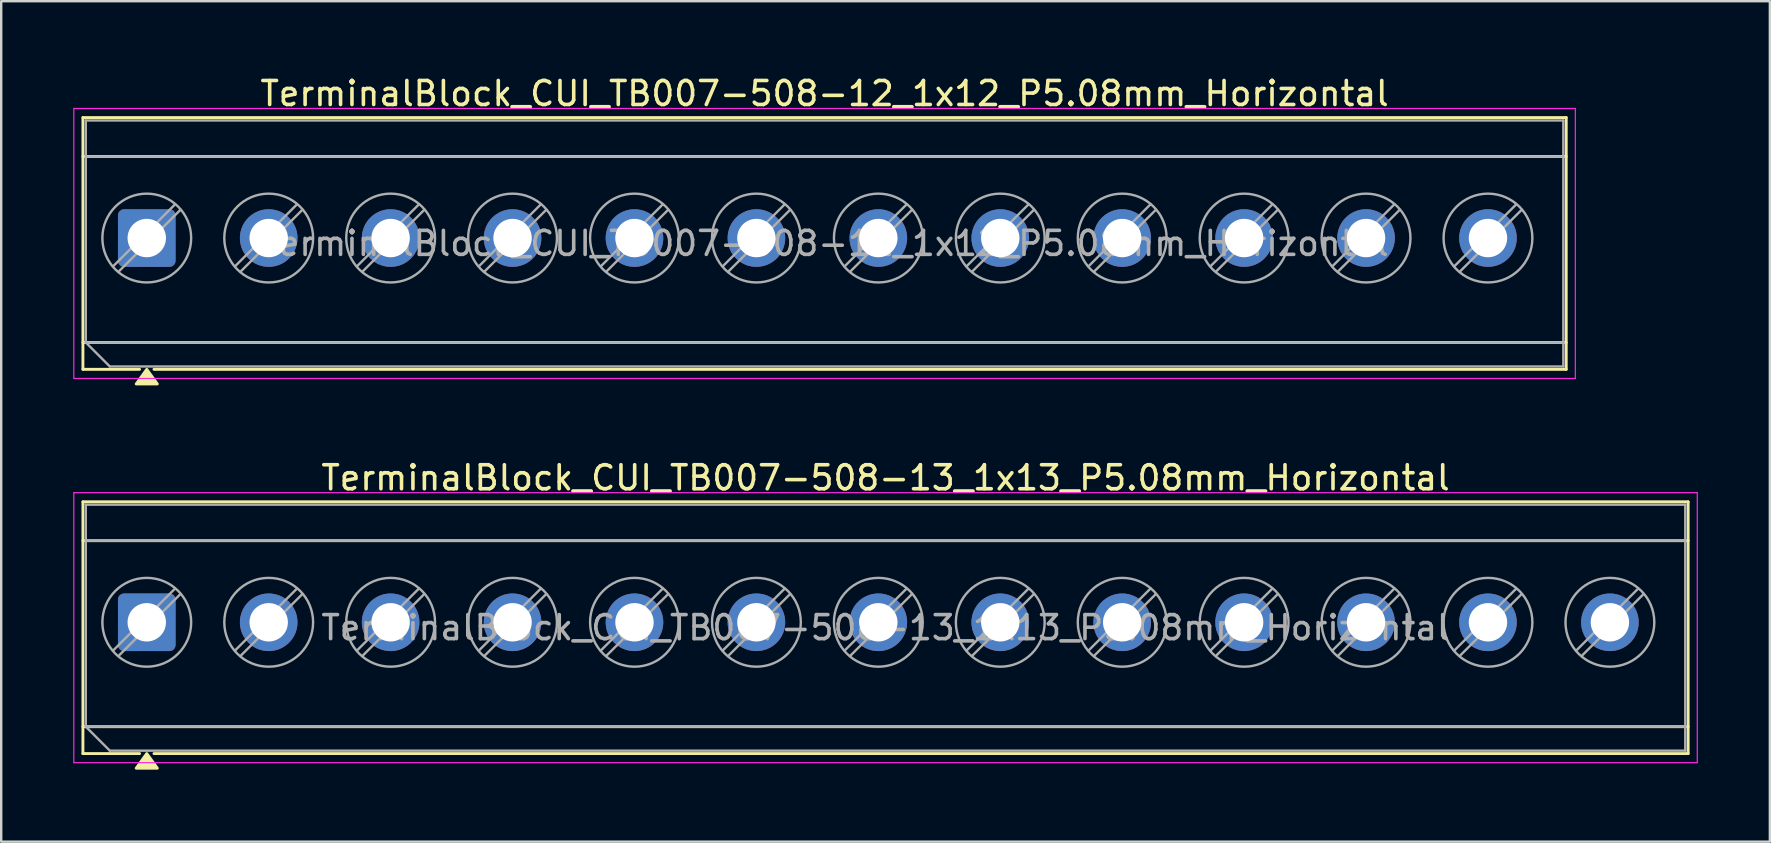
<source format=kicad_pcb>
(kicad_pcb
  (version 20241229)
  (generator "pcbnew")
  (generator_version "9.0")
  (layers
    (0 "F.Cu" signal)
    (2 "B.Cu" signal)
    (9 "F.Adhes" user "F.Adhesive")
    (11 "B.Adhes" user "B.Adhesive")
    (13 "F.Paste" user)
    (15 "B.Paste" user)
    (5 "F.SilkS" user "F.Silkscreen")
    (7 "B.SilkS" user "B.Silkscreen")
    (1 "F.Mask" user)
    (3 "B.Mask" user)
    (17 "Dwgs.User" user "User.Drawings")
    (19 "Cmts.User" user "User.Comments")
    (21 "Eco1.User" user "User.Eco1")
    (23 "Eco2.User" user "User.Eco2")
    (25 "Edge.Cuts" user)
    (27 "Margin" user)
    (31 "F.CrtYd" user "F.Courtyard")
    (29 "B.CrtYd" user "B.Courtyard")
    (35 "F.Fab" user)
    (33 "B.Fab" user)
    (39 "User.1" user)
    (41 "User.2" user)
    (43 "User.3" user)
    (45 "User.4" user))
  (footprint "TerminalBlock_CUI_TB007-508-12_1x12_P5.08mm_Horizontal"
    (layer "F.Cu")
    (at 3.065 6.868)
    (property "Reference" "TerminalBlock_CUI_TB007-508-12_1x12_P5.08mm_Horizontal" (at 28.24 -6.02 0) (layer "F.SilkS") (effects (font (size 1 1) (thickness 0.15))))
    (attr through_hole)
    (fp_line (start -2.66 -5.02) (end 59.14 -5.02) (stroke (width 0.12) (type solid)) (layer "F.SilkS"))
    (fp_line (start -2.66 -3.4) (end 59.14 -3.4) (stroke (width 0.12) (type solid)) (layer "F.SilkS"))
    (fp_line (start -2.66 4.35) (end 59.14 4.35) (stroke (width 0.12) (type solid)) (layer "F.SilkS"))
    (fp_line (start -2.66 5.47) (end -2.66 -5.02) (stroke (width 0.12) (type solid)) (layer "F.SilkS"))
    (fp_line (start -0.3 5.47) (end -2.66 5.47) (stroke (width 0.12) (type solid)) (layer "F.SilkS"))
    (fp_line (start 59.14 -5.02) (end 59.14 5.47) (stroke (width 0.12) (type solid)) (layer "F.SilkS"))
    (fp_line (start 59.14 5.47) (end 0.3 5.47) (stroke (width 0.12) (type solid)) (layer "F.SilkS"))
    (fp_poly (pts (xy 0 5.47) (xy 0.44 6.08) (xy -0.44 6.08)) (stroke (width 0.12) (type solid)) (fill yes) (layer "F.SilkS"))
    (fp_line (start -3.04 -5.4) (end -3.04 5.85) (stroke (width 0.05) (type solid)) (layer "F.CrtYd"))
    (fp_line (start -3.04 5.85) (end 59.52 5.85) (stroke (width 0.05) (type solid)) (layer "F.CrtYd"))
    (fp_line (start 59.52 -5.4) (end -3.04 -5.4) (stroke (width 0.05) (type solid)) (layer "F.CrtYd"))
    (fp_line (start 59.52 5.85) (end 59.52 -5.4) (stroke (width 0.05) (type solid)) (layer "F.CrtYd"))
    (fp_line (start -2.54 -4.9) (end 59.02 -4.9) (stroke (width 0.1) (type solid)) (layer "F.Fab"))
    (fp_line (start -2.54 -3.4) (end 59.02 -3.4) (stroke (width 0.1) (type solid)) (layer "F.Fab"))
    (fp_line (start -2.54 4.35) (end -2.54 -4.9) (stroke (width 0.1) (type solid)) (layer "F.Fab"))
    (fp_line (start -2.54 4.35) (end 59.02 4.35) (stroke (width 0.1) (type solid)) (layer "F.Fab"))
    (fp_line (start -1.54 5.35) (end -2.54 4.35) (stroke (width 0.1) (type solid)) (layer "F.Fab"))
    (fp_line (start 1.177 -1.403) (end -1.403 1.177) (stroke (width 0.1) (type solid)) (layer "F.Fab"))
    (fp_line (start 1.403 -1.177) (end -1.177 1.403) (stroke (width 0.1) (type solid)) (layer "F.Fab"))
    (fp_line (start 6.257 -1.403) (end 3.677 1.177) (stroke (width 0.1) (type solid)) (layer "F.Fab"))
    (fp_line (start 6.483 -1.177) (end 3.903 1.403) (stroke (width 0.1) (type solid)) (layer "F.Fab"))
    (fp_line (start 11.337 -1.403) (end 8.757 1.177) (stroke (width 0.1) (type solid)) (layer "F.Fab"))
    (fp_line (start 11.563 -1.177) (end 8.983 1.403) (stroke (width 0.1) (type solid)) (layer "F.Fab"))
    (fp_line (start 16.417 -1.403) (end 13.837 1.177) (stroke (width 0.1) (type solid)) (layer "F.Fab"))
    (fp_line (start 16.643 -1.177) (end 14.063 1.403) (stroke (width 0.1) (type solid)) (layer "F.Fab"))
    (fp_line (start 21.497 -1.403) (end 18.917 1.177) (stroke (width 0.1) (type solid)) (layer "F.Fab"))
    (fp_line (start 21.723 -1.177) (end 19.143 1.403) (stroke (width 0.1) (type solid)) (layer "F.Fab"))
    (fp_line (start 26.577 -1.403) (end 23.997 1.177) (stroke (width 0.1) (type solid)) (layer "F.Fab"))
    (fp_line (start 26.803 -1.177) (end 24.223 1.403) (stroke (width 0.1) (type solid)) (layer "F.Fab"))
    (fp_line (start 31.657 -1.403) (end 29.077 1.177) (stroke (width 0.1) (type solid)) (layer "F.Fab"))
    (fp_line (start 31.883 -1.177) (end 29.303 1.403) (stroke (width 0.1) (type solid)) (layer "F.Fab"))
    (fp_line (start 36.737 -1.403) (end 34.157 1.177) (stroke (width 0.1) (type solid)) (layer "F.Fab"))
    (fp_line (start 36.963 -1.177) (end 34.383 1.403) (stroke (width 0.1) (type solid)) (layer "F.Fab"))
    (fp_line (start 41.817 -1.403) (end 39.237 1.177) (stroke (width 0.1) (type solid)) (layer "F.Fab"))
    (fp_line (start 42.043 -1.177) (end 39.463 1.403) (stroke (width 0.1) (type solid)) (layer "F.Fab"))
    (fp_line (start 46.897 -1.403) (end 44.317 1.177) (stroke (width 0.1) (type solid)) (layer "F.Fab"))
    (fp_line (start 47.123 -1.177) (end 44.543 1.403) (stroke (width 0.1) (type solid)) (layer "F.Fab"))
    (fp_line (start 51.977 -1.403) (end 49.397 1.177) (stroke (width 0.1) (type solid)) (layer "F.Fab"))
    (fp_line (start 52.203 -1.177) (end 49.623 1.403) (stroke (width 0.1) (type solid)) (layer "F.Fab"))
    (fp_line (start 57.057 -1.403) (end 54.477 1.177) (stroke (width 0.1) (type solid)) (layer "F.Fab"))
    (fp_line (start 57.283 -1.177) (end 54.703 1.403) (stroke (width 0.1) (type solid)) (layer "F.Fab"))
    (fp_line (start 59.02 -4.9) (end 59.02 5.35) (stroke (width 0.1) (type solid)) (layer "F.Fab"))
    (fp_line (start 59.02 5.35) (end -1.54 5.35) (stroke (width 0.1) (type solid)) (layer "F.Fab"))
    (fp_circle (center 0 0) (end 1.85 0) (stroke (width 0.1) (type solid)) (fill no) (layer "F.Fab"))
    (fp_circle (center 5.08 0) (end 6.93 0) (stroke (width 0.1) (type solid)) (fill no) (layer "F.Fab"))
    (fp_circle (center 10.16 0) (end 12.01 0) (stroke (width 0.1) (type solid)) (fill no) (layer "F.Fab"))
    (fp_circle (center 15.24 0) (end 17.09 0) (stroke (width 0.1) (type solid)) (fill no) (layer "F.Fab"))
    (fp_circle (center 20.32 0) (end 22.17 0) (stroke (width 0.1) (type solid)) (fill no) (layer "F.Fab"))
    (fp_circle (center 25.4 0) (end 27.25 0) (stroke (width 0.1) (type solid)) (fill no) (layer "F.Fab"))
    (fp_circle (center 30.48 0) (end 32.33 0) (stroke (width 0.1) (type solid)) (fill no) (layer "F.Fab"))
    (fp_circle (center 35.56 0) (end 37.41 0) (stroke (width 0.1) (type solid)) (fill no) (layer "F.Fab"))
    (fp_circle (center 40.64 0) (end 42.49 0) (stroke (width 0.1) (type solid)) (fill no) (layer "F.Fab"))
    (fp_circle (center 45.72 0) (end 47.57 0) (stroke (width 0.1) (type solid)) (fill no) (layer "F.Fab"))
    (fp_circle (center 50.8 0) (end 52.65 0) (stroke (width 0.1) (type solid)) (fill no) (layer "F.Fab"))
    (fp_circle (center 55.88 0) (end 57.73 0) (stroke (width 0.1) (type solid)) (fill no) (layer "F.Fab"))
    (fp_text user "${REFERENCE}" (at 28.24 0.225 0) (layer "F.Fab") (effects (font (size 1 1) (thickness 0.15))))
    (pad "1" thru_hole roundrect (at 0 0) (size 2.4 2.4) (drill 1.6) (layers "*.Cu" "*.Mask") (roundrect_rratio 0.104))
    (pad "2" thru_hole circle (at 5.08 0) (size 2.4 2.4) (drill 1.6) (layers "*.Cu" "*.Mask"))
    (pad "3" thru_hole circle (at 10.16 0) (size 2.4 2.4) (drill 1.6) (layers "*.Cu" "*.Mask"))
    (pad "4" thru_hole circle (at 15.24 0) (size 2.4 2.4) (drill 1.6) (layers "*.Cu" "*.Mask"))
    (pad "5" thru_hole circle (at 20.32 0) (size 2.4 2.4) (drill 1.6) (layers "*.Cu" "*.Mask"))
    (pad "6" thru_hole circle (at 25.4 0) (size 2.4 2.4) (drill 1.6) (layers "*.Cu" "*.Mask"))
    (pad "7" thru_hole circle (at 30.48 0) (size 2.4 2.4) (drill 1.6) (layers "*.Cu" "*.Mask"))
    (pad "8" thru_hole circle (at 35.56 0) (size 2.4 2.4) (drill 1.6) (layers "*.Cu" "*.Mask"))
    (pad "9" thru_hole circle (at 40.64 0) (size 2.4 2.4) (drill 1.6) (layers "*.Cu" "*.Mask"))
    (pad "10" thru_hole circle (at 45.72 0) (size 2.4 2.4) (drill 1.6) (layers "*.Cu" "*.Mask"))
    (pad "11" thru_hole circle (at 50.8 0) (size 2.4 2.4) (drill 1.6) (layers "*.Cu" "*.Mask"))
    (pad "12" thru_hole circle (at 55.88 0) (size 2.4 2.4) (drill 1.6) (layers "*.Cu" "*.Mask")))
  (footprint "TerminalBlock_CUI_TB007-508-13_1x13_P5.08mm_Horizontal"
    (layer "F.Cu")
    (at 3.065 22.877)
    (property "Reference" "TerminalBlock_CUI_TB007-508-13_1x13_P5.08mm_Horizontal" (at 30.78 -6.02 0) (layer "F.SilkS") (effects (font (size 1 1) (thickness 0.15))))
    (attr through_hole)
    (fp_line (start -2.66 -5.02) (end 64.22 -5.02) (stroke (width 0.12) (type solid)) (layer "F.SilkS"))
    (fp_line (start -2.66 -3.4) (end 64.22 -3.4) (stroke (width 0.12) (type solid)) (layer "F.SilkS"))
    (fp_line (start -2.66 4.35) (end 64.22 4.35) (stroke (width 0.12) (type solid)) (layer "F.SilkS"))
    (fp_line (start -2.66 5.47) (end -2.66 -5.02) (stroke (width 0.12) (type solid)) (layer "F.SilkS"))
    (fp_line (start -0.3 5.47) (end -2.66 5.47) (stroke (width 0.12) (type solid)) (layer "F.SilkS"))
    (fp_line (start 64.22 -5.02) (end 64.22 5.47) (stroke (width 0.12) (type solid)) (layer "F.SilkS"))
    (fp_line (start 64.22 5.47) (end 0.3 5.47) (stroke (width 0.12) (type solid)) (layer "F.SilkS"))
    (fp_poly (pts (xy 0 5.47) (xy 0.44 6.08) (xy -0.44 6.08)) (stroke (width 0.12) (type solid)) (fill yes) (layer "F.SilkS"))
    (fp_line (start -3.04 -5.4) (end -3.04 5.85) (stroke (width 0.05) (type solid)) (layer "F.CrtYd"))
    (fp_line (start -3.04 5.85) (end 64.6 5.85) (stroke (width 0.05) (type solid)) (layer "F.CrtYd"))
    (fp_line (start 64.6 -5.4) (end -3.04 -5.4) (stroke (width 0.05) (type solid)) (layer "F.CrtYd"))
    (fp_line (start 64.6 5.85) (end 64.6 -5.4) (stroke (width 0.05) (type solid)) (layer "F.CrtYd"))
    (fp_line (start -2.54 -4.9) (end 64.1 -4.9) (stroke (width 0.1) (type solid)) (layer "F.Fab"))
    (fp_line (start -2.54 -3.4) (end 64.1 -3.4) (stroke (width 0.1) (type solid)) (layer "F.Fab"))
    (fp_line (start -2.54 4.35) (end -2.54 -4.9) (stroke (width 0.1) (type solid)) (layer "F.Fab"))
    (fp_line (start -2.54 4.35) (end 64.1 4.35) (stroke (width 0.1) (type solid)) (layer "F.Fab"))
    (fp_line (start -1.54 5.35) (end -2.54 4.35) (stroke (width 0.1) (type solid)) (layer "F.Fab"))
    (fp_line (start 1.177 -1.403) (end -1.403 1.177) (stroke (width 0.1) (type solid)) (layer "F.Fab"))
    (fp_line (start 1.403 -1.177) (end -1.177 1.403) (stroke (width 0.1) (type solid)) (layer "F.Fab"))
    (fp_line (start 6.257 -1.403) (end 3.677 1.177) (stroke (width 0.1) (type solid)) (layer "F.Fab"))
    (fp_line (start 6.483 -1.177) (end 3.903 1.403) (stroke (width 0.1) (type solid)) (layer "F.Fab"))
    (fp_line (start 11.337 -1.403) (end 8.757 1.177) (stroke (width 0.1) (type solid)) (layer "F.Fab"))
    (fp_line (start 11.563 -1.177) (end 8.983 1.403) (stroke (width 0.1) (type solid)) (layer "F.Fab"))
    (fp_line (start 16.417 -1.403) (end 13.837 1.177) (stroke (width 0.1) (type solid)) (layer "F.Fab"))
    (fp_line (start 16.643 -1.177) (end 14.063 1.403) (stroke (width 0.1) (type solid)) (layer "F.Fab"))
    (fp_line (start 21.497 -1.403) (end 18.917 1.177) (stroke (width 0.1) (type solid)) (layer "F.Fab"))
    (fp_line (start 21.723 -1.177) (end 19.143 1.403) (stroke (width 0.1) (type solid)) (layer "F.Fab"))
    (fp_line (start 26.577 -1.403) (end 23.997 1.177) (stroke (width 0.1) (type solid)) (layer "F.Fab"))
    (fp_line (start 26.803 -1.177) (end 24.223 1.403) (stroke (width 0.1) (type solid)) (layer "F.Fab"))
    (fp_line (start 31.657 -1.403) (end 29.077 1.177) (stroke (width 0.1) (type solid)) (layer "F.Fab"))
    (fp_line (start 31.883 -1.177) (end 29.303 1.403) (stroke (width 0.1) (type solid)) (layer "F.Fab"))
    (fp_line (start 36.737 -1.403) (end 34.157 1.177) (stroke (width 0.1) (type solid)) (layer "F.Fab"))
    (fp_line (start 36.963 -1.177) (end 34.383 1.403) (stroke (width 0.1) (type solid)) (layer "F.Fab"))
    (fp_line (start 41.817 -1.403) (end 39.237 1.177) (stroke (width 0.1) (type solid)) (layer "F.Fab"))
    (fp_line (start 42.043 -1.177) (end 39.463 1.403) (stroke (width 0.1) (type solid)) (layer "F.Fab"))
    (fp_line (start 46.897 -1.403) (end 44.317 1.177) (stroke (width 0.1) (type solid)) (layer "F.Fab"))
    (fp_line (start 47.123 -1.177) (end 44.543 1.403) (stroke (width 0.1) (type solid)) (layer "F.Fab"))
    (fp_line (start 51.977 -1.403) (end 49.397 1.177) (stroke (width 0.1) (type solid)) (layer "F.Fab"))
    (fp_line (start 52.203 -1.177) (end 49.623 1.403) (stroke (width 0.1) (type solid)) (layer "F.Fab"))
    (fp_line (start 57.057 -1.403) (end 54.477 1.177) (stroke (width 0.1) (type solid)) (layer "F.Fab"))
    (fp_line (start 57.283 -1.177) (end 54.703 1.403) (stroke (width 0.1) (type solid)) (layer "F.Fab"))
    (fp_line (start 62.137 -1.403) (end 59.557 1.177) (stroke (width 0.1) (type solid)) (layer "F.Fab"))
    (fp_line (start 62.363 -1.177) (end 59.783 1.403) (stroke (width 0.1) (type solid)) (layer "F.Fab"))
    (fp_line (start 64.1 -4.9) (end 64.1 5.35) (stroke (width 0.1) (type solid)) (layer "F.Fab"))
    (fp_line (start 64.1 5.35) (end -1.54 5.35) (stroke (width 0.1) (type solid)) (layer "F.Fab"))
    (fp_circle (center 0 0) (end 1.85 0) (stroke (width 0.1) (type solid)) (fill no) (layer "F.Fab"))
    (fp_circle (center 5.08 0) (end 6.93 0) (stroke (width 0.1) (type solid)) (fill no) (layer "F.Fab"))
    (fp_circle (center 10.16 0) (end 12.01 0) (stroke (width 0.1) (type solid)) (fill no) (layer "F.Fab"))
    (fp_circle (center 15.24 0) (end 17.09 0) (stroke (width 0.1) (type solid)) (fill no) (layer "F.Fab"))
    (fp_circle (center 20.32 0) (end 22.17 0) (stroke (width 0.1) (type solid)) (fill no) (layer "F.Fab"))
    (fp_circle (center 25.4 0) (end 27.25 0) (stroke (width 0.1) (type solid)) (fill no) (layer "F.Fab"))
    (fp_circle (center 30.48 0) (end 32.33 0) (stroke (width 0.1) (type solid)) (fill no) (layer "F.Fab"))
    (fp_circle (center 35.56 0) (end 37.41 0) (stroke (width 0.1) (type solid)) (fill no) (layer "F.Fab"))
    (fp_circle (center 40.64 0) (end 42.49 0) (stroke (width 0.1) (type solid)) (fill no) (layer "F.Fab"))
    (fp_circle (center 45.72 0) (end 47.57 0) (stroke (width 0.1) (type solid)) (fill no) (layer "F.Fab"))
    (fp_circle (center 50.8 0) (end 52.65 0) (stroke (width 0.1) (type solid)) (fill no) (layer "F.Fab"))
    (fp_circle (center 55.88 0) (end 57.73 0) (stroke (width 0.1) (type solid)) (fill no) (layer "F.Fab"))
    (fp_circle (center 60.96 0) (end 62.81 0) (stroke (width 0.1) (type solid)) (fill no) (layer "F.Fab"))
    (fp_text user "${REFERENCE}" (at 30.78 0.225 0) (layer "F.Fab") (effects (font (size 1 1) (thickness 0.15))))
    (pad "1" thru_hole roundrect (at 0 0) (size 2.4 2.4) (drill 1.6) (layers "*.Cu" "*.Mask") (roundrect_rratio 0.104))
    (pad "2" thru_hole circle (at 5.08 0) (size 2.4 2.4) (drill 1.6) (layers "*.Cu" "*.Mask"))
    (pad "3" thru_hole circle (at 10.16 0) (size 2.4 2.4) (drill 1.6) (layers "*.Cu" "*.Mask"))
    (pad "4" thru_hole circle (at 15.24 0) (size 2.4 2.4) (drill 1.6) (layers "*.Cu" "*.Mask"))
    (pad "5" thru_hole circle (at 20.32 0) (size 2.4 2.4) (drill 1.6) (layers "*.Cu" "*.Mask"))
    (pad "6" thru_hole circle (at 25.4 0) (size 2.4 2.4) (drill 1.6) (layers "*.Cu" "*.Mask"))
    (pad "7" thru_hole circle (at 30.48 0) (size 2.4 2.4) (drill 1.6) (layers "*.Cu" "*.Mask"))
    (pad "8" thru_hole circle (at 35.56 0) (size 2.4 2.4) (drill 1.6) (layers "*.Cu" "*.Mask"))
    (pad "9" thru_hole circle (at 40.64 0) (size 2.4 2.4) (drill 1.6) (layers "*.Cu" "*.Mask"))
    (pad "10" thru_hole circle (at 45.72 0) (size 2.4 2.4) (drill 1.6) (layers "*.Cu" "*.Mask"))
    (pad "11" thru_hole circle (at 50.8 0) (size 2.4 2.4) (drill 1.6) (layers "*.Cu" "*.Mask"))
    (pad "12" thru_hole circle (at 55.88 0) (size 2.4 2.4) (drill 1.6) (layers "*.Cu" "*.Mask"))
    (pad "13" thru_hole circle (at 60.96 0) (size 2.4 2.4) (drill 1.6) (layers "*.Cu" "*.Mask")))
  (gr_rect
    (start -3 -3)
    (end 70.69 32.017)
    (stroke (width 0.1) (type default))
    (fill no)
    (layer "Edge.Cuts")))
</source>
